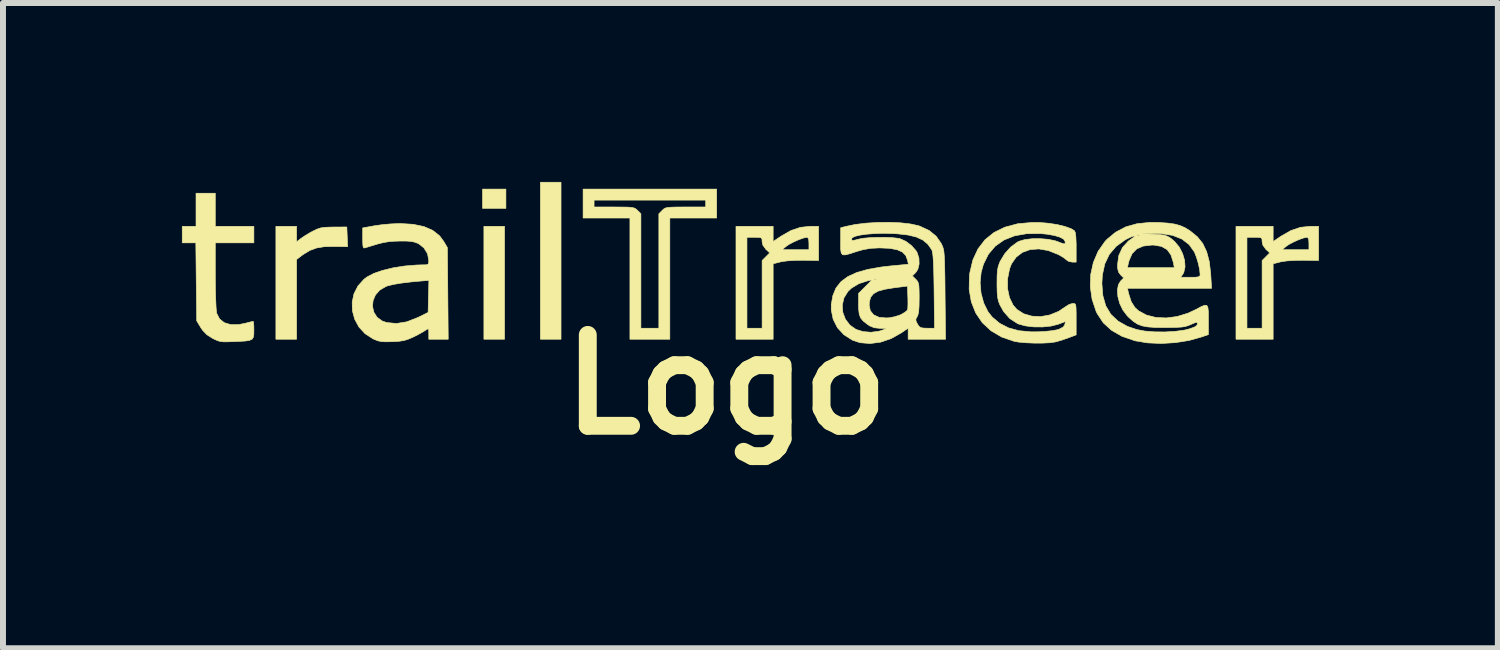
<source format=kicad_pcb>
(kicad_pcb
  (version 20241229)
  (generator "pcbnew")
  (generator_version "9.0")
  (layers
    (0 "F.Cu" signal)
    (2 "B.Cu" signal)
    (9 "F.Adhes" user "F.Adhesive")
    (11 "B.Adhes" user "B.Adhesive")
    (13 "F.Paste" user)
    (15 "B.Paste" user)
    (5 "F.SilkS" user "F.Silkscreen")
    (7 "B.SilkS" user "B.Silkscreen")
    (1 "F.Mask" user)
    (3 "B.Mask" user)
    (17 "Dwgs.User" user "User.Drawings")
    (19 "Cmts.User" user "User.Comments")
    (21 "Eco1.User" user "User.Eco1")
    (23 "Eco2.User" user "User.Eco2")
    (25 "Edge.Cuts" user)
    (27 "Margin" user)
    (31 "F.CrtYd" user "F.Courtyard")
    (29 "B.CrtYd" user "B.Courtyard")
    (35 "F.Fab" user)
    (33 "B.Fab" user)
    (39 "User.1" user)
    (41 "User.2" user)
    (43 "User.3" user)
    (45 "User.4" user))
  (footprint "Logo"
    (layer "F.Cu")
    (at 9.126 3.399)
    (property "Reference" "Logo" (at 0 0 0) (layer "F.SilkS") (effects (font (size 1.524 1.524) (thickness 0.3))))
    (attr through_hole)
    (fp_poly (pts (xy -3.718 -0.762) (xy -4.064 -0.762) (xy -4.064 -2.655) (xy -3.718 -2.655) (xy -3.718 -0.762)) (stroke (width 0.01) (type solid)) (fill yes) (layer "F.SilkS"))
    (fp_poly (pts (xy -3.695 -2.956) (xy -4.087 -2.956) (xy -4.087 -3.279) (xy -3.695 -3.279) (xy -3.695 -2.956)) (stroke (width 0.01) (type solid)) (fill yes) (layer "F.SilkS"))
    (fp_poly (pts (xy -2.771 -0.762) (xy -3.117 -0.762) (xy -3.117 -3.394) (xy -2.771 -3.394) (xy -2.771 -0.762)) (stroke (width 0.01) (type solid)) (fill yes) (layer "F.SilkS"))
    (fp_poly (pts (xy -7.204 -2.396) (xy -7.129 -2.453) (xy -7.066 -2.496) (xy -6.983 -2.546) (xy -6.927 -2.576) (xy -6.861 -2.608) (xy -6.801 -2.628) (xy -6.732 -2.638) (xy -6.641 -2.642) (xy -6.581 -2.643) (xy -6.362 -2.644) (xy -6.355 -2.479) (xy -6.348 -2.314) (xy -6.586 -2.317) (xy -6.743 -2.313) (xy -6.87 -2.292) (xy -6.981 -2.251) (xy -7.09 -2.185) (xy -7.128 -2.157) (xy -7.204 -2.099) (xy -7.204 -0.762) (xy -7.551 -0.762) (xy -7.551 -2.655) (xy -7.204 -2.655) (xy -7.204 -2.396)) (stroke (width 0.01) (type solid)) (fill yes) (layer "F.SilkS"))
    (fp_poly (pts (xy -0.162 -2.794) (xy -0.947 -2.794) (xy -0.947 -0.762) (xy -1.616 -0.762) (xy -1.616 -2.794) (xy -2.401 -2.794) (xy -2.401 -3.094) (xy -2.217 -3.094) (xy -2.217 -2.979) (xy -1.881 -2.979) (xy -1.75 -2.978) (xy -1.656 -2.977) (xy -1.593 -2.972) (xy -1.551 -2.964) (xy -1.522 -2.951) (xy -1.498 -2.931) (xy -1.488 -2.922) (xy -1.432 -2.865) (xy -1.432 -0.947) (xy -1.131 -0.947) (xy -1.131 -2.865) (xy -1.075 -2.922) (xy -1.051 -2.944) (xy -1.025 -2.96) (xy -0.989 -2.97) (xy -0.935 -2.975) (xy -0.854 -2.978) (xy -0.738 -2.979) (xy -0.682 -2.979) (xy -0.346 -2.979) (xy -0.346 -3.094) (xy -2.217 -3.094) (xy -2.401 -3.094) (xy -2.401 -3.279) (xy -0.162 -3.279) (xy -0.162 -2.794)) (stroke (width 0.01) (type solid)) (fill yes) (layer "F.SilkS"))
    (fp_poly (pts (xy -8.567 -2.655) (xy -7.92 -2.655) (xy -7.92 -2.378) (xy -8.567 -2.378) (xy -8.567 -1.83) (xy -8.566 -1.668) (xy -8.563 -1.518) (xy -8.558 -1.387) (xy -8.553 -1.284) (xy -8.546 -1.215) (xy -8.543 -1.196) (xy -8.495 -1.102) (xy -8.415 -1.039) (xy -8.307 -1.007) (xy -8.175 -1.008) (xy -8.075 -1.027) (xy -8.002 -1.046) (xy -7.949 -1.058) (xy -7.931 -1.062) (xy -7.925 -1.041) (xy -7.921 -0.986) (xy -7.92 -0.915) (xy -7.921 -0.844) (xy -7.929 -0.795) (xy -7.95 -0.763) (xy -7.993 -0.743) (xy -8.063 -0.732) (xy -8.168 -0.726) (xy -8.243 -0.723) (xy -8.354 -0.719) (xy -8.431 -0.719) (xy -8.489 -0.726) (xy -8.539 -0.742) (xy -8.595 -0.768) (xy -8.613 -0.777) (xy -8.71 -0.839) (xy -8.781 -0.914) (xy -8.809 -0.956) (xy -8.878 -1.07) (xy -8.886 -1.724) (xy -8.893 -2.378) (xy -9.121 -2.378) (xy -9.121 -2.655) (xy -8.89 -2.655) (xy -8.89 -3.21) (xy -8.567 -3.21) (xy -8.567 -2.655)) (stroke (width 0.01) (type solid)) (fill yes) (layer "F.SilkS"))
    (fp_poly (pts (xy 0.785 -2.4) (xy 0.918 -2.49) (xy 1.082 -2.584) (xy 1.242 -2.638) (xy 1.407 -2.655) (xy 1.409 -2.655) (xy 1.547 -2.655) (xy 1.547 -2.082) (xy 1.287 -2.086) (xy 1.149 -2.084) (xy 1.024 -2.076) (xy 0.927 -2.063) (xy 0.906 -2.058) (xy 0.785 -2.027) (xy 0.785 -0.762) (xy 0.162 -0.762) (xy 0.162 -2.471) (xy 0.346 -2.471) (xy 0.346 -0.947) (xy 0.6 -0.947) (xy 0.6 -2.082) (xy 0.728 -2.21) (xy 0.67 -2.263) (xy 0.935 -2.263) (xy 1.16 -2.263) (xy 1.385 -2.263) (xy 1.385 -2.367) (xy 1.381 -2.436) (xy 1.365 -2.467) (xy 1.352 -2.471) (xy 1.296 -2.46) (xy 1.216 -2.432) (xy 1.129 -2.393) (xy 1.051 -2.352) (xy 1.004 -2.32) (xy 0.935 -2.263) (xy 0.67 -2.263) (xy 0.664 -2.268) (xy 0.612 -2.34) (xy 0.6 -2.399) (xy 0.598 -2.44) (xy 0.585 -2.461) (xy 0.549 -2.469) (xy 0.478 -2.471) (xy 0.346 -2.471) (xy 0.162 -2.471) (xy 0.162 -2.655) (xy 0.785 -2.655) (xy 0.785 -2.4)) (stroke (width 0.01) (type solid)) (fill yes) (layer "F.SilkS"))
    (fp_poly (pts (xy 9.167 -2.4) (xy 9.3 -2.49) (xy 9.464 -2.584) (xy 9.624 -2.638) (xy 9.789 -2.655) (xy 9.791 -2.655) (xy 9.929 -2.655) (xy 9.929 -2.082) (xy 9.669 -2.086) (xy 9.531 -2.084) (xy 9.406 -2.076) (xy 9.309 -2.063) (xy 9.288 -2.058) (xy 9.167 -2.027) (xy 9.167 -0.762) (xy 8.544 -0.762) (xy 8.544 -2.471) (xy 8.728 -2.471) (xy 8.728 -0.947) (xy 8.982 -0.947) (xy 8.982 -2.082) (xy 9.11 -2.21) (xy 9.052 -2.263) (xy 9.317 -2.263) (xy 9.542 -2.263) (xy 9.767 -2.263) (xy 9.767 -2.367) (xy 9.763 -2.436) (xy 9.747 -2.467) (xy 9.734 -2.471) (xy 9.678 -2.46) (xy 9.598 -2.432) (xy 9.511 -2.393) (xy 9.433 -2.352) (xy 9.386 -2.32) (xy 9.317 -2.263) (xy 9.052 -2.263) (xy 9.046 -2.268) (xy 8.994 -2.34) (xy 8.982 -2.399) (xy 8.98 -2.44) (xy 8.967 -2.461) (xy 8.931 -2.469) (xy 8.86 -2.471) (xy 8.728 -2.471) (xy 8.544 -2.471) (xy 8.544 -2.655) (xy 9.167 -2.655) (xy 9.167 -2.4)) (stroke (width 0.01) (type solid)) (fill yes) (layer "F.SilkS"))
    (fp_poly (pts (xy -5.252 -2.689) (xy -5.069 -2.651) (xy -4.922 -2.587) (xy -4.807 -2.496) (xy -4.738 -2.403) (xy -4.676 -2.298) (xy -4.669 -1.53) (xy -4.662 -0.762) (xy -4.988 -0.762) (xy -4.988 -0.857) (xy -4.989 -0.917) (xy -4.997 -0.937) (xy -5.02 -0.928) (xy -5.04 -0.914) (xy -5.087 -0.885) (xy -5.159 -0.844) (xy -5.242 -0.802) (xy -5.326 -0.765) (xy -5.401 -0.741) (xy -5.484 -0.728) (xy -5.595 -0.721) (xy -5.6 -0.721) (xy -5.706 -0.719) (xy -5.783 -0.723) (xy -5.843 -0.736) (xy -5.904 -0.76) (xy -5.923 -0.769) (xy -6.057 -0.856) (xy -6.16 -0.968) (xy -6.23 -1.098) (xy -6.268 -1.238) (xy -6.27 -1.31) (xy -5.931 -1.31) (xy -5.908 -1.214) (xy -5.855 -1.131) (xy -5.77 -1.068) (xy -5.695 -1.042) (xy -5.531 -1.026) (xy -5.357 -1.054) (xy -5.173 -1.126) (xy -5.172 -1.126) (xy -4.999 -1.212) (xy -4.993 -1.48) (xy -4.986 -1.748) (xy -5.108 -1.739) (xy -5.283 -1.723) (xy -5.441 -1.704) (xy -5.573 -1.682) (xy -5.671 -1.659) (xy -5.706 -1.647) (xy -5.81 -1.586) (xy -5.882 -1.504) (xy -5.922 -1.409) (xy -5.931 -1.31) (xy -6.27 -1.31) (xy -6.272 -1.383) (xy -6.242 -1.524) (xy -6.176 -1.654) (xy -6.075 -1.767) (xy -6.023 -1.806) (xy -5.909 -1.866) (xy -5.759 -1.917) (xy -5.583 -1.96) (xy -5.392 -1.99) (xy -5.195 -2.006) (xy -5.097 -2.009) (xy -5.031 -2.01) (xy -4.999 -2.021) (xy -4.989 -2.048) (xy -4.988 -2.084) (xy -5.009 -2.196) (xy -5.07 -2.294) (xy -5.159 -2.364) (xy -5.215 -2.387) (xy -5.278 -2.401) (xy -5.362 -2.408) (xy -5.471 -2.408) (xy -5.574 -2.405) (xy -5.665 -2.397) (xy -5.757 -2.381) (xy -5.862 -2.354) (xy -5.992 -2.314) (xy -6.056 -2.294) (xy -6.076 -2.292) (xy -6.088 -2.308) (xy -6.094 -2.351) (xy -6.096 -2.43) (xy -6.096 -2.454) (xy -6.096 -2.628) (xy -5.894 -2.665) (xy -5.771 -2.682) (xy -5.63 -2.695) (xy -5.496 -2.701) (xy -5.472 -2.702) (xy -5.252 -2.689)) (stroke (width 0.01) (type solid)) (fill yes) (layer "F.SilkS"))
    (fp_poly (pts (xy 5.253 -2.719) (xy 5.406 -2.706) (xy 5.552 -2.683) (xy 5.681 -2.651) (xy 5.783 -2.614) (xy 5.836 -2.581) (xy 5.851 -2.548) (xy 5.86 -2.475) (xy 5.865 -2.36) (xy 5.865 -2.306) (xy 5.865 -2.055) (xy 5.799 -2.055) (xy 5.739 -2.067) (xy 5.702 -2.092) (xy 5.665 -2.123) (xy 5.602 -2.162) (xy 5.561 -2.184) (xy 5.396 -2.249) (xy 5.238 -2.276) (xy 5.093 -2.265) (xy 4.965 -2.219) (xy 4.859 -2.138) (xy 4.78 -2.025) (xy 4.748 -1.941) (xy 4.715 -1.773) (xy 4.715 -1.61) (xy 4.746 -1.462) (xy 4.807 -1.336) (xy 4.87 -1.263) (xy 4.985 -1.189) (xy 5.122 -1.149) (xy 5.271 -1.142) (xy 5.423 -1.169) (xy 5.57 -1.229) (xy 5.688 -1.308) (xy 5.747 -1.345) (xy 5.804 -1.362) (xy 5.809 -1.362) (xy 5.833 -1.361) (xy 5.849 -1.352) (xy 5.859 -1.327) (xy 5.863 -1.278) (xy 5.865 -1.198) (xy 5.865 -1.098) (xy 5.865 -0.835) (xy 5.737 -0.787) (xy 5.646 -0.755) (xy 5.555 -0.727) (xy 5.512 -0.716) (xy 5.42 -0.703) (xy 5.297 -0.697) (xy 5.16 -0.697) (xy 5.023 -0.703) (xy 4.9 -0.714) (xy 4.822 -0.728) (xy 4.614 -0.8) (xy 4.436 -0.905) (xy 4.291 -1.04) (xy 4.181 -1.202) (xy 4.107 -1.389) (xy 4.071 -1.596) (xy 4.073 -1.711) (xy 4.255 -1.711) (xy 4.27 -1.536) (xy 4.315 -1.369) (xy 4.387 -1.223) (xy 4.457 -1.134) (xy 4.584 -1.028) (xy 4.732 -0.952) (xy 4.906 -0.905) (xy 5.111 -0.886) (xy 5.242 -0.887) (xy 5.354 -0.894) (xy 5.46 -0.905) (xy 5.543 -0.92) (xy 5.576 -0.929) (xy 5.649 -0.967) (xy 5.676 -1.011) (xy 5.683 -1.059) (xy 5.566 -1.014) (xy 5.446 -0.983) (xy 5.303 -0.968) (xy 5.153 -0.969) (xy 5.013 -0.986) (xy 4.897 -1.018) (xy 4.883 -1.024) (xy 4.753 -1.108) (xy 4.648 -1.227) (xy 4.586 -1.339) (xy 4.563 -1.397) (xy 4.549 -1.461) (xy 4.541 -1.543) (xy 4.538 -1.656) (xy 4.538 -1.697) (xy 4.539 -1.818) (xy 4.544 -1.905) (xy 4.556 -1.971) (xy 4.575 -2.03) (xy 4.59 -2.067) (xy 4.667 -2.195) (xy 4.767 -2.307) (xy 4.879 -2.389) (xy 4.907 -2.404) (xy 5.001 -2.432) (xy 5.125 -2.447) (xy 5.262 -2.448) (xy 5.397 -2.437) (xy 5.515 -2.412) (xy 5.547 -2.401) (xy 5.621 -2.373) (xy 5.661 -2.361) (xy 5.677 -2.363) (xy 5.681 -2.379) (xy 5.68 -2.399) (xy 5.658 -2.437) (xy 5.596 -2.472) (xy 5.5 -2.501) (xy 5.376 -2.523) (xy 5.271 -2.533) (xy 5.038 -2.532) (xy 4.833 -2.496) (xy 4.655 -2.426) (xy 4.508 -2.322) (xy 4.393 -2.186) (xy 4.31 -2.018) (xy 4.272 -1.883) (xy 4.255 -1.711) (xy 4.073 -1.711) (xy 4.076 -1.823) (xy 4.082 -1.875) (xy 4.133 -2.091) (xy 4.219 -2.276) (xy 4.337 -2.43) (xy 4.488 -2.552) (xy 4.671 -2.641) (xy 4.885 -2.698) (xy 5.128 -2.72) (xy 5.253 -2.719)) (stroke (width 0.01) (type solid)) (fill yes) (layer "F.SilkS"))
    (fp_poly (pts (xy 7.252 -2.719) (xy 7.4 -2.709) (xy 7.514 -2.693) (xy 7.606 -2.668) (xy 7.689 -2.632) (xy 7.773 -2.58) (xy 7.895 -2.481) (xy 7.987 -2.367) (xy 8.053 -2.228) (xy 8.097 -2.061) (xy 8.12 -1.857) (xy 8.121 -1.841) (xy 8.135 -1.616) (xy 6.724 -1.616) (xy 6.746 -1.522) (xy 6.788 -1.391) (xy 6.85 -1.294) (xy 6.91 -1.239) (xy 7.043 -1.167) (xy 7.201 -1.127) (xy 7.376 -1.119) (xy 7.558 -1.143) (xy 7.74 -1.199) (xy 7.866 -1.258) (xy 7.956 -1.306) (xy 8.017 -1.332) (xy 8.054 -1.33) (xy 8.073 -1.296) (xy 8.081 -1.226) (xy 8.082 -1.115) (xy 8.082 -1.09) (xy 8.082 -0.84) (xy 7.972 -0.802) (xy 7.759 -0.742) (xy 7.527 -0.705) (xy 7.29 -0.691) (xy 7.062 -0.701) (xy 6.857 -0.735) (xy 6.843 -0.739) (xy 6.631 -0.812) (xy 6.457 -0.912) (xy 6.319 -1.038) (xy 6.217 -1.193) (xy 6.2 -1.227) (xy 6.132 -1.43) (xy 6.102 -1.639) (xy 6.104 -1.697) (xy 6.296 -1.697) (xy 6.312 -1.494) (xy 6.361 -1.322) (xy 6.446 -1.18) (xy 6.567 -1.066) (xy 6.725 -0.977) (xy 6.882 -0.924) (xy 7.015 -0.899) (xy 7.176 -0.886) (xy 7.35 -0.884) (xy 7.522 -0.894) (xy 7.675 -0.914) (xy 7.764 -0.936) (xy 7.845 -0.965) (xy 7.887 -0.992) (xy 7.897 -1.018) (xy 7.894 -1.041) (xy 7.877 -1.045) (xy 7.836 -1.031) (xy 7.787 -1.009) (xy 7.738 -0.989) (xy 7.688 -0.974) (xy 7.627 -0.966) (xy 7.546 -0.961) (xy 7.434 -0.959) (xy 7.343 -0.958) (xy 7.184 -0.96) (xy 7.062 -0.969) (xy 6.967 -0.987) (xy 6.889 -1.018) (xy 6.819 -1.064) (xy 6.747 -1.129) (xy 6.72 -1.156) (xy 6.648 -1.251) (xy 6.595 -1.361) (xy 6.564 -1.476) (xy 6.556 -1.585) (xy 6.573 -1.678) (xy 6.61 -1.738) (xy 6.662 -1.79) (xy 6.61 -1.84) (xy 6.576 -1.887) (xy 6.56 -1.949) (xy 6.56 -1.963) (xy 6.724 -1.963) (xy 7.51 -1.963) (xy 7.494 -2.049) (xy 7.454 -2.175) (xy 7.39 -2.264) (xy 7.296 -2.318) (xy 7.171 -2.34) (xy 7.135 -2.341) (xy 6.991 -2.324) (xy 6.881 -2.277) (xy 6.802 -2.196) (xy 6.752 -2.081) (xy 6.745 -2.057) (xy 6.724 -1.963) (xy 6.56 -1.963) (xy 6.558 -2.009) (xy 6.579 -2.164) (xy 6.64 -2.298) (xy 6.74 -2.408) (xy 6.8 -2.451) (xy 6.842 -2.48) (xy 6.847 -2.493) (xy 6.824 -2.49) (xy 6.778 -2.474) (xy 6.718 -2.445) (xy 6.684 -2.427) (xy 6.534 -2.318) (xy 6.421 -2.185) (xy 6.345 -2.026) (xy 6.304 -1.839) (xy 6.296 -1.697) (xy 6.104 -1.697) (xy 6.109 -1.848) (xy 6.153 -2.049) (xy 6.232 -2.234) (xy 6.345 -2.397) (xy 6.383 -2.438) (xy 6.47 -2.509) (xy 6.889 -2.509) (xy 6.892 -2.495) (xy 6.904 -2.494) (xy 6.923 -2.502) (xy 6.92 -2.509) (xy 6.892 -2.512) (xy 6.889 -2.509) (xy 6.47 -2.509) (xy 6.496 -2.531) (xy 6.962 -2.531) (xy 7.135 -2.524) (xy 7.251 -2.518) (xy 7.332 -2.508) (xy 7.393 -2.489) (xy 7.445 -2.459) (xy 7.501 -2.413) (xy 7.517 -2.398) (xy 7.593 -2.307) (xy 7.649 -2.198) (xy 7.683 -2.083) (xy 7.69 -1.974) (xy 7.669 -1.881) (xy 7.653 -1.852) (xy 7.617 -1.801) (xy 7.78 -1.801) (xy 7.866 -1.802) (xy 7.915 -1.808) (xy 7.937 -1.821) (xy 7.943 -1.843) (xy 7.943 -1.846) (xy 7.935 -1.928) (xy 7.913 -2.031) (xy 7.882 -2.135) (xy 7.849 -2.22) (xy 7.846 -2.226) (xy 7.758 -2.349) (xy 7.637 -2.442) (xy 7.482 -2.503) (xy 7.293 -2.533) (xy 7.162 -2.535) (xy 6.962 -2.531) (xy 6.496 -2.531) (xy 6.531 -2.559) (xy 6.697 -2.646) (xy 6.886 -2.699) (xy 7.104 -2.721) (xy 7.252 -2.719)) (stroke (width 0.01) (type solid)) (fill yes) (layer "F.SilkS"))
    (fp_poly (pts (xy 2.92 -2.714) (xy 3.085 -2.695) (xy 3.219 -2.666) (xy 3.245 -2.657) (xy 3.4 -2.585) (xy 3.518 -2.489) (xy 3.603 -2.367) (xy 3.605 -2.362) (xy 3.62 -2.33) (xy 3.632 -2.299) (xy 3.642 -2.263) (xy 3.649 -2.216) (xy 3.654 -2.154) (xy 3.658 -2.07) (xy 3.661 -1.96) (xy 3.664 -1.817) (xy 3.666 -1.638) (xy 3.667 -1.507) (xy 3.675 -0.762) (xy 3.048 -0.762) (xy 3.048 -0.947) (xy 2.932 -0.868) (xy 2.763 -0.773) (xy 2.586 -0.713) (xy 2.41 -0.69) (xy 2.242 -0.704) (xy 2.113 -0.747) (xy 1.972 -0.837) (xy 1.863 -0.955) (xy 1.791 -1.097) (xy 1.759 -1.255) (xy 1.76 -1.335) (xy 1.944 -1.335) (xy 1.953 -1.212) (xy 1.997 -1.096) (xy 2.074 -0.997) (xy 2.174 -0.927) (xy 2.291 -0.89) (xy 2.425 -0.879) (xy 2.556 -0.896) (xy 2.609 -0.912) (xy 2.69 -0.943) (xy 2.572 -0.945) (xy 2.479 -0.955) (xy 2.402 -0.987) (xy 2.36 -1.015) (xy 2.293 -1.069) (xy 2.251 -1.12) (xy 2.228 -1.183) (xy 2.218 -1.269) (xy 2.217 -1.334) (xy 2.395 -1.334) (xy 2.414 -1.24) (xy 2.47 -1.171) (xy 2.56 -1.13) (xy 2.681 -1.119) (xy 2.734 -1.122) (xy 2.824 -1.14) (xy 2.914 -1.169) (xy 2.937 -1.18) (xy 2.995 -1.215) (xy 3.033 -1.247) (xy 3.039 -1.256) (xy 3.043 -1.292) (xy 3.045 -1.36) (xy 3.044 -1.449) (xy 3.043 -1.469) (xy 3.036 -1.653) (xy 2.814 -1.625) (xy 2.66 -1.6) (xy 2.546 -1.569) (xy 2.469 -1.526) (xy 2.421 -1.469) (xy 2.399 -1.393) (xy 2.395 -1.334) (xy 2.217 -1.334) (xy 2.217 -1.353) (xy 2.217 -1.531) (xy 2.33 -1.644) (xy 2.444 -1.758) (xy 2.371 -1.742) (xy 2.223 -1.694) (xy 2.098 -1.619) (xy 2.039 -1.563) (xy 1.972 -1.455) (xy 1.944 -1.335) (xy 1.76 -1.335) (xy 1.76 -1.346) (xy 1.786 -1.494) (xy 1.838 -1.62) (xy 1.92 -1.725) (xy 1.98 -1.77) (xy 2.478 -1.77) (xy 2.482 -1.757) (xy 2.494 -1.755) (xy 2.513 -1.763) (xy 2.509 -1.77) (xy 2.482 -1.773) (xy 2.478 -1.77) (xy 1.98 -1.77) (xy 2.035 -1.811) (xy 2.184 -1.88) (xy 2.371 -1.933) (xy 2.599 -1.973) (xy 2.755 -1.991) (xy 3.052 -2.019) (xy 3.038 -2.088) (xy 3.008 -2.166) (xy 2.951 -2.224) (xy 2.862 -2.263) (xy 2.738 -2.286) (xy 2.574 -2.293) (xy 2.563 -2.293) (xy 2.419 -2.286) (xy 2.29 -2.263) (xy 2.182 -2.232) (xy 2.07 -2.195) (xy 1.995 -2.176) (xy 1.949 -2.178) (xy 1.926 -2.208) (xy 1.917 -2.268) (xy 1.916 -2.365) (xy 1.917 -2.401) (xy 1.917 -2.447) (xy 2.101 -2.447) (xy 2.105 -2.423) (xy 2.124 -2.417) (xy 2.169 -2.427) (xy 2.209 -2.438) (xy 2.288 -2.454) (xy 2.399 -2.464) (xy 2.528 -2.469) (xy 2.661 -2.47) (xy 2.783 -2.465) (xy 2.88 -2.454) (xy 2.916 -2.446) (xy 3.01 -2.403) (xy 3.104 -2.332) (xy 3.179 -2.248) (xy 3.199 -2.214) (xy 3.229 -2.121) (xy 3.232 -2.022) (xy 3.21 -1.932) (xy 3.176 -1.881) (xy 3.119 -1.824) (xy 3.176 -1.768) (xy 3.201 -1.74) (xy 3.217 -1.71) (xy 3.227 -1.668) (xy 3.231 -1.603) (xy 3.233 -1.506) (xy 3.233 -1.449) (xy 3.231 -1.321) (xy 3.225 -1.23) (xy 3.213 -1.171) (xy 3.198 -1.138) (xy 3.177 -1.1) (xy 3.181 -1.064) (xy 3.204 -1.018) (xy 3.232 -0.976) (xy 3.265 -0.955) (xy 3.318 -0.948) (xy 3.367 -0.947) (xy 3.49 -0.947) (xy 3.483 -1.576) (xy 3.48 -1.778) (xy 3.476 -1.939) (xy 3.471 -2.062) (xy 3.465 -2.153) (xy 3.457 -2.215) (xy 3.448 -2.253) (xy 3.443 -2.263) (xy 3.379 -2.354) (xy 3.296 -2.424) (xy 3.188 -2.475) (xy 3.049 -2.509) (xy 2.874 -2.529) (xy 2.787 -2.534) (xy 2.631 -2.538) (xy 2.484 -2.533) (xy 2.351 -2.523) (xy 2.24 -2.507) (xy 2.157 -2.487) (xy 2.11 -2.463) (xy 2.101 -2.447) (xy 1.917 -2.447) (xy 1.917 -2.631) (xy 2.003 -2.653) (xy 2.162 -2.686) (xy 2.344 -2.708) (xy 2.538 -2.72) (xy 2.734 -2.722) (xy 2.92 -2.714)) (stroke (width 0.01) (type solid)) (fill yes) (layer "F.SilkS")))
  (gr_rect
    (start -3 -3)
    (end 22.06 7.817)
    (stroke (width 0.1) (type default))
    (fill no)
    (layer "Edge.Cuts")))
</source>
